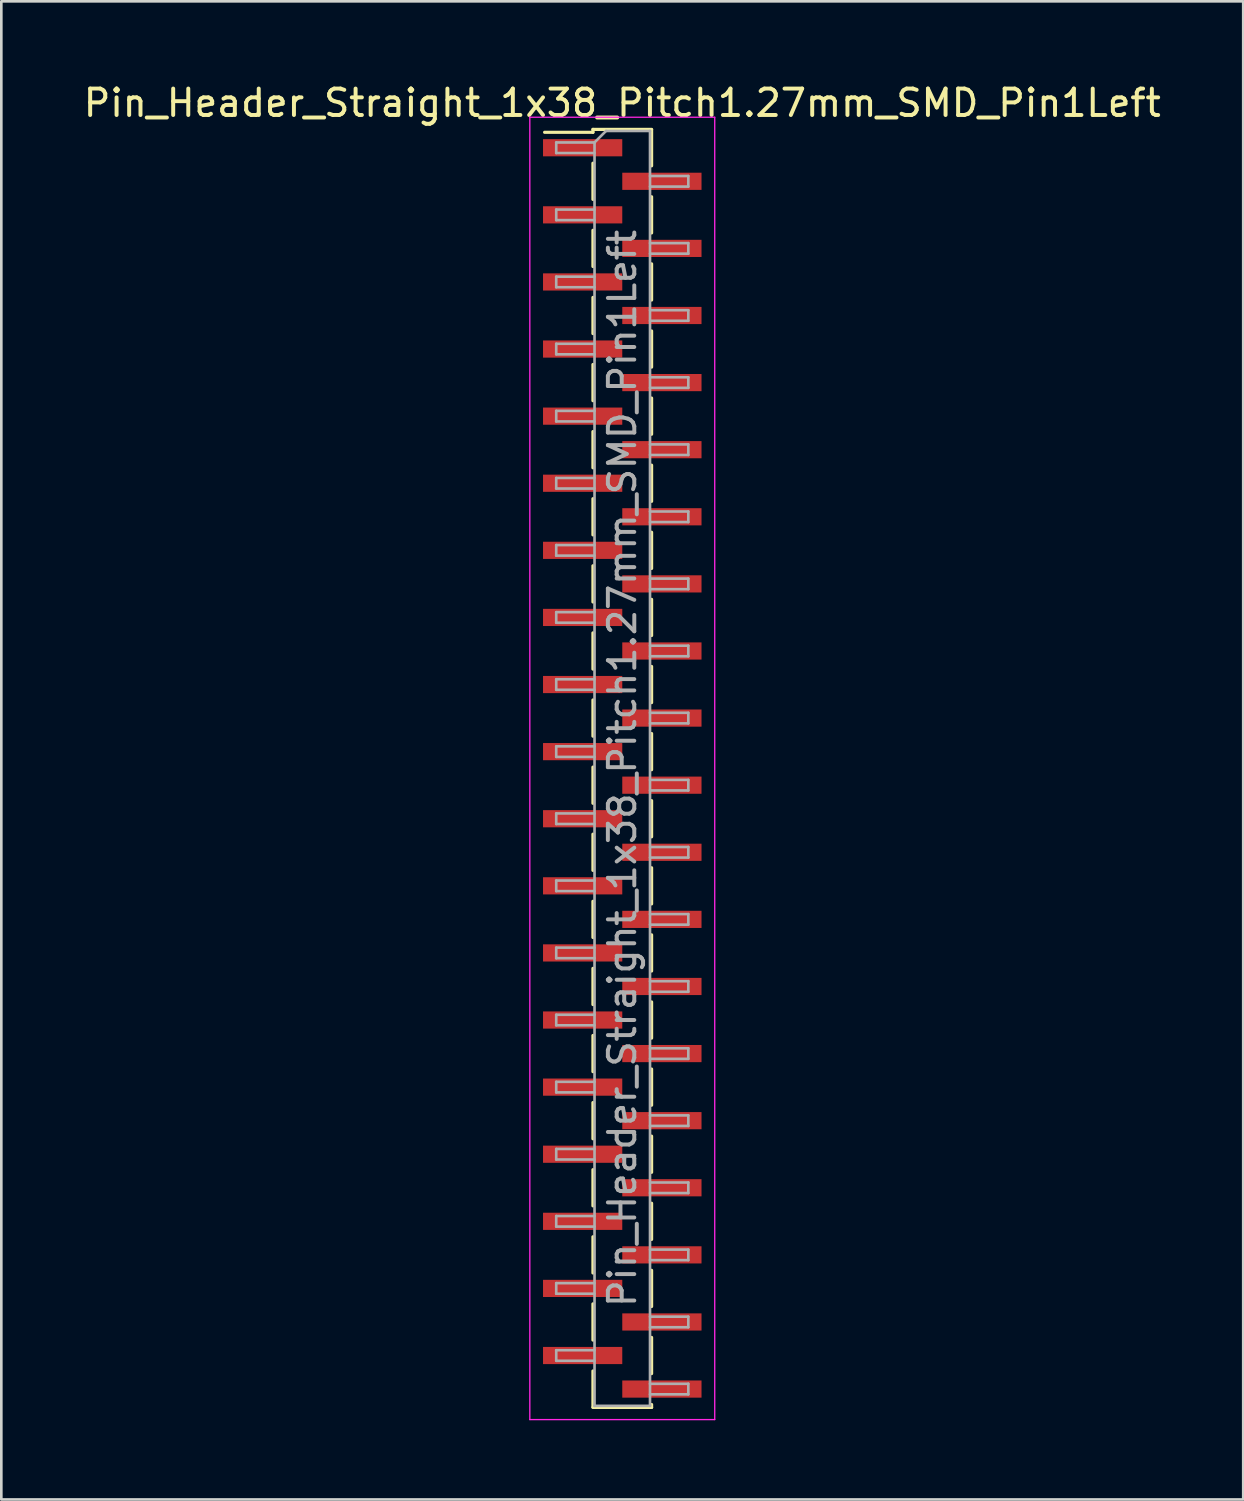
<source format=kicad_pcb>
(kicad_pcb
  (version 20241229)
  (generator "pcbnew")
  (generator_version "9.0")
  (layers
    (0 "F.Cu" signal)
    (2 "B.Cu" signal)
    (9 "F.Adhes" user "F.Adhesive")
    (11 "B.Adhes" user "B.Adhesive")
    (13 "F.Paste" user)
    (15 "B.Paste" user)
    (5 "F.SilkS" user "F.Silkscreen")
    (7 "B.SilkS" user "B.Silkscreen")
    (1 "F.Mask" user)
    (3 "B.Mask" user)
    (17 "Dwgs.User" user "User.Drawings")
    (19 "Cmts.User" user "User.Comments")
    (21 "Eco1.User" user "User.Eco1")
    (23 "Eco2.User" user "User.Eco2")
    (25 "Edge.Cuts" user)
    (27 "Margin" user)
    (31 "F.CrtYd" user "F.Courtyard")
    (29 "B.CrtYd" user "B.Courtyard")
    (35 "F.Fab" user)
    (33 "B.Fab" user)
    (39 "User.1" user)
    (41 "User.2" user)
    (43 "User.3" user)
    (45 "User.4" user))
  (footprint "Pin_Header_Straight_1x38_Pitch1.27mm_SMD_Pin1Left"
    (layer "F.Cu")
    (at 20.506 26.038)
    (property "Reference" "Pin_Header_Straight_1x38_Pitch1.27mm_SMD_Pin1Left" (at 0 -25.19 0) (layer "F.SilkS") (effects (font (size 1 1) (thickness 0.15))))
    (attr smd)
    (fp_line (start -1.11 -24.19) (end -1.11 -24.08) (stroke (width 0.12) (type solid)) (layer "F.SilkS"))
    (fp_line (start -1.11 -24.19) (end 1.11 -24.19) (stroke (width 0.12) (type solid)) (layer "F.SilkS"))
    (fp_line (start -1.11 -24.08) (end -2.94 -24.08) (stroke (width 0.12) (type solid)) (layer "F.SilkS"))
    (fp_line (start -1.11 -22.91) (end -1.11 -21.54) (stroke (width 0.12) (type solid)) (layer "F.SilkS"))
    (fp_line (start -1.11 -20.37) (end -1.11 -19) (stroke (width 0.12) (type solid)) (layer "F.SilkS"))
    (fp_line (start -1.11 -17.83) (end -1.11 -16.46) (stroke (width 0.12) (type solid)) (layer "F.SilkS"))
    (fp_line (start -1.11 -15.29) (end -1.11 -13.92) (stroke (width 0.12) (type solid)) (layer "F.SilkS"))
    (fp_line (start -1.11 -12.75) (end -1.11 -11.38) (stroke (width 0.12) (type solid)) (layer "F.SilkS"))
    (fp_line (start -1.11 -10.21) (end -1.11 -8.84) (stroke (width 0.12) (type solid)) (layer "F.SilkS"))
    (fp_line (start -1.11 -7.67) (end -1.11 -6.3) (stroke (width 0.12) (type solid)) (layer "F.SilkS"))
    (fp_line (start -1.11 -5.13) (end -1.11 -3.76) (stroke (width 0.12) (type solid)) (layer "F.SilkS"))
    (fp_line (start -1.11 -2.59) (end -1.11 -1.22) (stroke (width 0.12) (type solid)) (layer "F.SilkS"))
    (fp_line (start -1.11 -0.05) (end -1.11 1.32) (stroke (width 0.12) (type solid)) (layer "F.SilkS"))
    (fp_line (start -1.11 2.49) (end -1.11 3.86) (stroke (width 0.12) (type solid)) (layer "F.SilkS"))
    (fp_line (start -1.11 5.03) (end -1.11 6.4) (stroke (width 0.12) (type solid)) (layer "F.SilkS"))
    (fp_line (start -1.11 7.57) (end -1.11 8.94) (stroke (width 0.12) (type solid)) (layer "F.SilkS"))
    (fp_line (start -1.11 10.11) (end -1.11 11.48) (stroke (width 0.12) (type solid)) (layer "F.SilkS"))
    (fp_line (start -1.11 12.65) (end -1.11 14.02) (stroke (width 0.12) (type solid)) (layer "F.SilkS"))
    (fp_line (start -1.11 15.19) (end -1.11 16.56) (stroke (width 0.12) (type solid)) (layer "F.SilkS"))
    (fp_line (start -1.11 17.73) (end -1.11 19.1) (stroke (width 0.12) (type solid)) (layer "F.SilkS"))
    (fp_line (start -1.11 20.27) (end -1.11 21.64) (stroke (width 0.12) (type solid)) (layer "F.SilkS"))
    (fp_line (start -1.11 22.81) (end -1.11 24.18) (stroke (width 0.12) (type solid)) (layer "F.SilkS"))
    (fp_line (start -1.11 24.19) (end 1.11 24.19) (stroke (width 0.12) (type solid)) (layer "F.SilkS"))
    (fp_line (start 1.11 -24.18) (end 1.11 -22.81) (stroke (width 0.12) (type solid)) (layer "F.SilkS"))
    (fp_line (start 1.11 -21.64) (end 1.11 -20.27) (stroke (width 0.12) (type solid)) (layer "F.SilkS"))
    (fp_line (start 1.11 -19.1) (end 1.11 -17.73) (stroke (width 0.12) (type solid)) (layer "F.SilkS"))
    (fp_line (start 1.11 -16.56) (end 1.11 -15.19) (stroke (width 0.12) (type solid)) (layer "F.SilkS"))
    (fp_line (start 1.11 -14.02) (end 1.11 -12.65) (stroke (width 0.12) (type solid)) (layer "F.SilkS"))
    (fp_line (start 1.11 -11.48) (end 1.11 -10.11) (stroke (width 0.12) (type solid)) (layer "F.SilkS"))
    (fp_line (start 1.11 -8.94) (end 1.11 -7.57) (stroke (width 0.12) (type solid)) (layer "F.SilkS"))
    (fp_line (start 1.11 -6.4) (end 1.11 -5.03) (stroke (width 0.12) (type solid)) (layer "F.SilkS"))
    (fp_line (start 1.11 -3.86) (end 1.11 -2.49) (stroke (width 0.12) (type solid)) (layer "F.SilkS"))
    (fp_line (start 1.11 -1.32) (end 1.11 0.05) (stroke (width 0.12) (type solid)) (layer "F.SilkS"))
    (fp_line (start 1.11 1.22) (end 1.11 2.59) (stroke (width 0.12) (type solid)) (layer "F.SilkS"))
    (fp_line (start 1.11 3.76) (end 1.11 5.13) (stroke (width 0.12) (type solid)) (layer "F.SilkS"))
    (fp_line (start 1.11 6.3) (end 1.11 7.67) (stroke (width 0.12) (type solid)) (layer "F.SilkS"))
    (fp_line (start 1.11 8.84) (end 1.11 10.21) (stroke (width 0.12) (type solid)) (layer "F.SilkS"))
    (fp_line (start 1.11 11.38) (end 1.11 12.75) (stroke (width 0.12) (type solid)) (layer "F.SilkS"))
    (fp_line (start 1.11 13.92) (end 1.11 15.29) (stroke (width 0.12) (type solid)) (layer "F.SilkS"))
    (fp_line (start 1.11 16.46) (end 1.11 17.83) (stroke (width 0.12) (type solid)) (layer "F.SilkS"))
    (fp_line (start 1.11 19) (end 1.11 20.37) (stroke (width 0.12) (type solid)) (layer "F.SilkS"))
    (fp_line (start 1.11 21.54) (end 1.11 22.91) (stroke (width 0.12) (type solid)) (layer "F.SilkS"))
    (fp_line (start 1.11 24.08) (end 1.11 24.19) (stroke (width 0.12) (type solid)) (layer "F.SilkS"))
    (fp_line (start -3.5 -24.65) (end -3.5 24.65) (stroke (width 0.05) (type solid)) (layer "F.CrtYd"))
    (fp_line (start -3.5 24.65) (end 3.5 24.65) (stroke (width 0.05) (type solid)) (layer "F.CrtYd"))
    (fp_line (start 3.5 -24.65) (end -3.5 -24.65) (stroke (width 0.05) (type solid)) (layer "F.CrtYd"))
    (fp_line (start 3.5 24.65) (end 3.5 -24.65) (stroke (width 0.05) (type solid)) (layer "F.CrtYd"))
    (fp_line (start -2.5 -23.695) (end -2.5 -23.295) (stroke (width 0.1) (type solid)) (layer "F.Fab"))
    (fp_line (start -2.5 -23.295) (end -1.05 -23.295) (stroke (width 0.1) (type solid)) (layer "F.Fab"))
    (fp_line (start -2.5 -21.155) (end -2.5 -20.755) (stroke (width 0.1) (type solid)) (layer "F.Fab"))
    (fp_line (start -2.5 -20.755) (end -1.05 -20.755) (stroke (width 0.1) (type solid)) (layer "F.Fab"))
    (fp_line (start -2.5 -18.615) (end -2.5 -18.215) (stroke (width 0.1) (type solid)) (layer "F.Fab"))
    (fp_line (start -2.5 -18.215) (end -1.05 -18.215) (stroke (width 0.1) (type solid)) (layer "F.Fab"))
    (fp_line (start -2.5 -16.075) (end -2.5 -15.675) (stroke (width 0.1) (type solid)) (layer "F.Fab"))
    (fp_line (start -2.5 -15.675) (end -1.05 -15.675) (stroke (width 0.1) (type solid)) (layer "F.Fab"))
    (fp_line (start -2.5 -13.535) (end -2.5 -13.135) (stroke (width 0.1) (type solid)) (layer "F.Fab"))
    (fp_line (start -2.5 -13.135) (end -1.05 -13.135) (stroke (width 0.1) (type solid)) (layer "F.Fab"))
    (fp_line (start -2.5 -10.995) (end -2.5 -10.595) (stroke (width 0.1) (type solid)) (layer "F.Fab"))
    (fp_line (start -2.5 -10.595) (end -1.05 -10.595) (stroke (width 0.1) (type solid)) (layer "F.Fab"))
    (fp_line (start -2.5 -8.455) (end -2.5 -8.055) (stroke (width 0.1) (type solid)) (layer "F.Fab"))
    (fp_line (start -2.5 -8.055) (end -1.05 -8.055) (stroke (width 0.1) (type solid)) (layer "F.Fab"))
    (fp_line (start -2.5 -5.915) (end -2.5 -5.515) (stroke (width 0.1) (type solid)) (layer "F.Fab"))
    (fp_line (start -2.5 -5.515) (end -1.05 -5.515) (stroke (width 0.1) (type solid)) (layer "F.Fab"))
    (fp_line (start -2.5 -3.375) (end -2.5 -2.975) (stroke (width 0.1) (type solid)) (layer "F.Fab"))
    (fp_line (start -2.5 -2.975) (end -1.05 -2.975) (stroke (width 0.1) (type solid)) (layer "F.Fab"))
    (fp_line (start -2.5 -0.835) (end -2.5 -0.435) (stroke (width 0.1) (type solid)) (layer "F.Fab"))
    (fp_line (start -2.5 -0.435) (end -1.05 -0.435) (stroke (width 0.1) (type solid)) (layer "F.Fab"))
    (fp_line (start -2.5 1.705) (end -2.5 2.105) (stroke (width 0.1) (type solid)) (layer "F.Fab"))
    (fp_line (start -2.5 2.105) (end -1.05 2.105) (stroke (width 0.1) (type solid)) (layer "F.Fab"))
    (fp_line (start -2.5 4.245) (end -2.5 4.645) (stroke (width 0.1) (type solid)) (layer "F.Fab"))
    (fp_line (start -2.5 4.645) (end -1.05 4.645) (stroke (width 0.1) (type solid)) (layer "F.Fab"))
    (fp_line (start -2.5 6.785) (end -2.5 7.185) (stroke (width 0.1) (type solid)) (layer "F.Fab"))
    (fp_line (start -2.5 7.185) (end -1.05 7.185) (stroke (width 0.1) (type solid)) (layer "F.Fab"))
    (fp_line (start -2.5 9.325) (end -2.5 9.725) (stroke (width 0.1) (type solid)) (layer "F.Fab"))
    (fp_line (start -2.5 9.725) (end -1.05 9.725) (stroke (width 0.1) (type solid)) (layer "F.Fab"))
    (fp_line (start -2.5 11.865) (end -2.5 12.265) (stroke (width 0.1) (type solid)) (layer "F.Fab"))
    (fp_line (start -2.5 12.265) (end -1.05 12.265) (stroke (width 0.1) (type solid)) (layer "F.Fab"))
    (fp_line (start -2.5 14.405) (end -2.5 14.805) (stroke (width 0.1) (type solid)) (layer "F.Fab"))
    (fp_line (start -2.5 14.805) (end -1.05 14.805) (stroke (width 0.1) (type solid)) (layer "F.Fab"))
    (fp_line (start -2.5 16.945) (end -2.5 17.345) (stroke (width 0.1) (type solid)) (layer "F.Fab"))
    (fp_line (start -2.5 17.345) (end -1.05 17.345) (stroke (width 0.1) (type solid)) (layer "F.Fab"))
    (fp_line (start -2.5 19.485) (end -2.5 19.885) (stroke (width 0.1) (type solid)) (layer "F.Fab"))
    (fp_line (start -2.5 19.885) (end -1.05 19.885) (stroke (width 0.1) (type solid)) (layer "F.Fab"))
    (fp_line (start -2.5 22.025) (end -2.5 22.425) (stroke (width 0.1) (type solid)) (layer "F.Fab"))
    (fp_line (start -2.5 22.425) (end -1.05 22.425) (stroke (width 0.1) (type solid)) (layer "F.Fab"))
    (fp_line (start -1.05 -23.695) (end -2.5 -23.695) (stroke (width 0.1) (type solid)) (layer "F.Fab"))
    (fp_line (start -1.05 -23.695) (end -0.615 -24.13) (stroke (width 0.1) (type solid)) (layer "F.Fab"))
    (fp_line (start -1.05 -21.155) (end -2.5 -21.155) (stroke (width 0.1) (type solid)) (layer "F.Fab"))
    (fp_line (start -1.05 -18.615) (end -2.5 -18.615) (stroke (width 0.1) (type solid)) (layer "F.Fab"))
    (fp_line (start -1.05 -16.075) (end -2.5 -16.075) (stroke (width 0.1) (type solid)) (layer "F.Fab"))
    (fp_line (start -1.05 -13.535) (end -2.5 -13.535) (stroke (width 0.1) (type solid)) (layer "F.Fab"))
    (fp_line (start -1.05 -10.995) (end -2.5 -10.995) (stroke (width 0.1) (type solid)) (layer "F.Fab"))
    (fp_line (start -1.05 -8.455) (end -2.5 -8.455) (stroke (width 0.1) (type solid)) (layer "F.Fab"))
    (fp_line (start -1.05 -5.915) (end -2.5 -5.915) (stroke (width 0.1) (type solid)) (layer "F.Fab"))
    (fp_line (start -1.05 -3.375) (end -2.5 -3.375) (stroke (width 0.1) (type solid)) (layer "F.Fab"))
    (fp_line (start -1.05 -0.835) (end -2.5 -0.835) (stroke (width 0.1) (type solid)) (layer "F.Fab"))
    (fp_line (start -1.05 1.705) (end -2.5 1.705) (stroke (width 0.1) (type solid)) (layer "F.Fab"))
    (fp_line (start -1.05 4.245) (end -2.5 4.245) (stroke (width 0.1) (type solid)) (layer "F.Fab"))
    (fp_line (start -1.05 6.785) (end -2.5 6.785) (stroke (width 0.1) (type solid)) (layer "F.Fab"))
    (fp_line (start -1.05 9.325) (end -2.5 9.325) (stroke (width 0.1) (type solid)) (layer "F.Fab"))
    (fp_line (start -1.05 11.865) (end -2.5 11.865) (stroke (width 0.1) (type solid)) (layer "F.Fab"))
    (fp_line (start -1.05 14.405) (end -2.5 14.405) (stroke (width 0.1) (type solid)) (layer "F.Fab"))
    (fp_line (start -1.05 16.945) (end -2.5 16.945) (stroke (width 0.1) (type solid)) (layer "F.Fab"))
    (fp_line (start -1.05 19.485) (end -2.5 19.485) (stroke (width 0.1) (type solid)) (layer "F.Fab"))
    (fp_line (start -1.05 22.025) (end -2.5 22.025) (stroke (width 0.1) (type solid)) (layer "F.Fab"))
    (fp_line (start -1.05 24.13) (end -1.05 -23.695) (stroke (width 0.1) (type solid)) (layer "F.Fab"))
    (fp_line (start -0.615 -24.13) (end 1.05 -24.13) (stroke (width 0.1) (type solid)) (layer "F.Fab"))
    (fp_line (start 1.05 -24.13) (end 1.05 24.13) (stroke (width 0.1) (type solid)) (layer "F.Fab"))
    (fp_line (start 1.05 -22.425) (end 2.5 -22.425) (stroke (width 0.1) (type solid)) (layer "F.Fab"))
    (fp_line (start 1.05 -19.885) (end 2.5 -19.885) (stroke (width 0.1) (type solid)) (layer "F.Fab"))
    (fp_line (start 1.05 -17.345) (end 2.5 -17.345) (stroke (width 0.1) (type solid)) (layer "F.Fab"))
    (fp_line (start 1.05 -14.805) (end 2.5 -14.805) (stroke (width 0.1) (type solid)) (layer "F.Fab"))
    (fp_line (start 1.05 -12.265) (end 2.5 -12.265) (stroke (width 0.1) (type solid)) (layer "F.Fab"))
    (fp_line (start 1.05 -9.725) (end 2.5 -9.725) (stroke (width 0.1) (type solid)) (layer "F.Fab"))
    (fp_line (start 1.05 -7.185) (end 2.5 -7.185) (stroke (width 0.1) (type solid)) (layer "F.Fab"))
    (fp_line (start 1.05 -4.645) (end 2.5 -4.645) (stroke (width 0.1) (type solid)) (layer "F.Fab"))
    (fp_line (start 1.05 -2.105) (end 2.5 -2.105) (stroke (width 0.1) (type solid)) (layer "F.Fab"))
    (fp_line (start 1.05 0.435) (end 2.5 0.435) (stroke (width 0.1) (type solid)) (layer "F.Fab"))
    (fp_line (start 1.05 2.975) (end 2.5 2.975) (stroke (width 0.1) (type solid)) (layer "F.Fab"))
    (fp_line (start 1.05 5.515) (end 2.5 5.515) (stroke (width 0.1) (type solid)) (layer "F.Fab"))
    (fp_line (start 1.05 8.055) (end 2.5 8.055) (stroke (width 0.1) (type solid)) (layer "F.Fab"))
    (fp_line (start 1.05 10.595) (end 2.5 10.595) (stroke (width 0.1) (type solid)) (layer "F.Fab"))
    (fp_line (start 1.05 13.135) (end 2.5 13.135) (stroke (width 0.1) (type solid)) (layer "F.Fab"))
    (fp_line (start 1.05 15.675) (end 2.5 15.675) (stroke (width 0.1) (type solid)) (layer "F.Fab"))
    (fp_line (start 1.05 18.215) (end 2.5 18.215) (stroke (width 0.1) (type solid)) (layer "F.Fab"))
    (fp_line (start 1.05 20.755) (end 2.5 20.755) (stroke (width 0.1) (type solid)) (layer "F.Fab"))
    (fp_line (start 1.05 23.295) (end 2.5 23.295) (stroke (width 0.1) (type solid)) (layer "F.Fab"))
    (fp_line (start 1.05 24.13) (end -1.05 24.13) (stroke (width 0.1) (type solid)) (layer "F.Fab"))
    (fp_line (start 2.5 -22.425) (end 2.5 -22.025) (stroke (width 0.1) (type solid)) (layer "F.Fab"))
    (fp_line (start 2.5 -22.025) (end 1.05 -22.025) (stroke (width 0.1) (type solid)) (layer "F.Fab"))
    (fp_line (start 2.5 -19.885) (end 2.5 -19.485) (stroke (width 0.1) (type solid)) (layer "F.Fab"))
    (fp_line (start 2.5 -19.485) (end 1.05 -19.485) (stroke (width 0.1) (type solid)) (layer "F.Fab"))
    (fp_line (start 2.5 -17.345) (end 2.5 -16.945) (stroke (width 0.1) (type solid)) (layer "F.Fab"))
    (fp_line (start 2.5 -16.945) (end 1.05 -16.945) (stroke (width 0.1) (type solid)) (layer "F.Fab"))
    (fp_line (start 2.5 -14.805) (end 2.5 -14.405) (stroke (width 0.1) (type solid)) (layer "F.Fab"))
    (fp_line (start 2.5 -14.405) (end 1.05 -14.405) (stroke (width 0.1) (type solid)) (layer "F.Fab"))
    (fp_line (start 2.5 -12.265) (end 2.5 -11.865) (stroke (width 0.1) (type solid)) (layer "F.Fab"))
    (fp_line (start 2.5 -11.865) (end 1.05 -11.865) (stroke (width 0.1) (type solid)) (layer "F.Fab"))
    (fp_line (start 2.5 -9.725) (end 2.5 -9.325) (stroke (width 0.1) (type solid)) (layer "F.Fab"))
    (fp_line (start 2.5 -9.325) (end 1.05 -9.325) (stroke (width 0.1) (type solid)) (layer "F.Fab"))
    (fp_line (start 2.5 -7.185) (end 2.5 -6.785) (stroke (width 0.1) (type solid)) (layer "F.Fab"))
    (fp_line (start 2.5 -6.785) (end 1.05 -6.785) (stroke (width 0.1) (type solid)) (layer "F.Fab"))
    (fp_line (start 2.5 -4.645) (end 2.5 -4.245) (stroke (width 0.1) (type solid)) (layer "F.Fab"))
    (fp_line (start 2.5 -4.245) (end 1.05 -4.245) (stroke (width 0.1) (type solid)) (layer "F.Fab"))
    (fp_line (start 2.5 -2.105) (end 2.5 -1.705) (stroke (width 0.1) (type solid)) (layer "F.Fab"))
    (fp_line (start 2.5 -1.705) (end 1.05 -1.705) (stroke (width 0.1) (type solid)) (layer "F.Fab"))
    (fp_line (start 2.5 0.435) (end 2.5 0.835) (stroke (width 0.1) (type solid)) (layer "F.Fab"))
    (fp_line (start 2.5 0.835) (end 1.05 0.835) (stroke (width 0.1) (type solid)) (layer "F.Fab"))
    (fp_line (start 2.5 2.975) (end 2.5 3.375) (stroke (width 0.1) (type solid)) (layer "F.Fab"))
    (fp_line (start 2.5 3.375) (end 1.05 3.375) (stroke (width 0.1) (type solid)) (layer "F.Fab"))
    (fp_line (start 2.5 5.515) (end 2.5 5.915) (stroke (width 0.1) (type solid)) (layer "F.Fab"))
    (fp_line (start 2.5 5.915) (end 1.05 5.915) (stroke (width 0.1) (type solid)) (layer "F.Fab"))
    (fp_line (start 2.5 8.055) (end 2.5 8.455) (stroke (width 0.1) (type solid)) (layer "F.Fab"))
    (fp_line (start 2.5 8.455) (end 1.05 8.455) (stroke (width 0.1) (type solid)) (layer "F.Fab"))
    (fp_line (start 2.5 10.595) (end 2.5 10.995) (stroke (width 0.1) (type solid)) (layer "F.Fab"))
    (fp_line (start 2.5 10.995) (end 1.05 10.995) (stroke (width 0.1) (type solid)) (layer "F.Fab"))
    (fp_line (start 2.5 13.135) (end 2.5 13.535) (stroke (width 0.1) (type solid)) (layer "F.Fab"))
    (fp_line (start 2.5 13.535) (end 1.05 13.535) (stroke (width 0.1) (type solid)) (layer "F.Fab"))
    (fp_line (start 2.5 15.675) (end 2.5 16.075) (stroke (width 0.1) (type solid)) (layer "F.Fab"))
    (fp_line (start 2.5 16.075) (end 1.05 16.075) (stroke (width 0.1) (type solid)) (layer "F.Fab"))
    (fp_line (start 2.5 18.215) (end 2.5 18.615) (stroke (width 0.1) (type solid)) (layer "F.Fab"))
    (fp_line (start 2.5 18.615) (end 1.05 18.615) (stroke (width 0.1) (type solid)) (layer "F.Fab"))
    (fp_line (start 2.5 20.755) (end 2.5 21.155) (stroke (width 0.1) (type solid)) (layer "F.Fab"))
    (fp_line (start 2.5 21.155) (end 1.05 21.155) (stroke (width 0.1) (type solid)) (layer "F.Fab"))
    (fp_line (start 2.5 23.295) (end 2.5 23.695) (stroke (width 0.1) (type solid)) (layer "F.Fab"))
    (fp_line (start 2.5 23.695) (end 1.05 23.695) (stroke (width 0.1) (type solid)) (layer "F.Fab"))
    (fp_text user "${REFERENCE}" (at 0 0 90) (layer "F.Fab") (effects (font (size 1 1) (thickness 0.15))))
    (pad "1" smd rect (at -1.5 -23.495) (size 3 0.65) (layers "F.Cu" "F.Mask" "F.Paste"))
    (pad "2" smd rect (at 1.5 -22.225) (size 3 0.65) (layers "F.Cu" "F.Mask" "F.Paste"))
    (pad "3" smd rect (at -1.5 -20.955) (size 3 0.65) (layers "F.Cu" "F.Mask" "F.Paste"))
    (pad "4" smd rect (at 1.5 -19.685) (size 3 0.65) (layers "F.Cu" "F.Mask" "F.Paste"))
    (pad "5" smd rect (at -1.5 -18.415) (size 3 0.65) (layers "F.Cu" "F.Mask" "F.Paste"))
    (pad "6" smd rect (at 1.5 -17.145) (size 3 0.65) (layers "F.Cu" "F.Mask" "F.Paste"))
    (pad "7" smd rect (at -1.5 -15.875) (size 3 0.65) (layers "F.Cu" "F.Mask" "F.Paste"))
    (pad "8" smd rect (at 1.5 -14.605) (size 3 0.65) (layers "F.Cu" "F.Mask" "F.Paste"))
    (pad "9" smd rect (at -1.5 -13.335) (size 3 0.65) (layers "F.Cu" "F.Mask" "F.Paste"))
    (pad "10" smd rect (at 1.5 -12.065) (size 3 0.65) (layers "F.Cu" "F.Mask" "F.Paste"))
    (pad "11" smd rect (at -1.5 -10.795) (size 3 0.65) (layers "F.Cu" "F.Mask" "F.Paste"))
    (pad "12" smd rect (at 1.5 -9.525) (size 3 0.65) (layers "F.Cu" "F.Mask" "F.Paste"))
    (pad "13" smd rect (at -1.5 -8.255) (size 3 0.65) (layers "F.Cu" "F.Mask" "F.Paste"))
    (pad "14" smd rect (at 1.5 -6.985) (size 3 0.65) (layers "F.Cu" "F.Mask" "F.Paste"))
    (pad "15" smd rect (at -1.5 -5.715) (size 3 0.65) (layers "F.Cu" "F.Mask" "F.Paste"))
    (pad "16" smd rect (at 1.5 -4.445) (size 3 0.65) (layers "F.Cu" "F.Mask" "F.Paste"))
    (pad "17" smd rect (at -1.5 -3.175) (size 3 0.65) (layers "F.Cu" "F.Mask" "F.Paste"))
    (pad "18" smd rect (at 1.5 -1.905) (size 3 0.65) (layers "F.Cu" "F.Mask" "F.Paste"))
    (pad "19" smd rect (at -1.5 -0.635) (size 3 0.65) (layers "F.Cu" "F.Mask" "F.Paste"))
    (pad "20" smd rect (at 1.5 0.635) (size 3 0.65) (layers "F.Cu" "F.Mask" "F.Paste"))
    (pad "21" smd rect (at -1.5 1.905) (size 3 0.65) (layers "F.Cu" "F.Mask" "F.Paste"))
    (pad "22" smd rect (at 1.5 3.175) (size 3 0.65) (layers "F.Cu" "F.Mask" "F.Paste"))
    (pad "23" smd rect (at -1.5 4.445) (size 3 0.65) (layers "F.Cu" "F.Mask" "F.Paste"))
    (pad "24" smd rect (at 1.5 5.715) (size 3 0.65) (layers "F.Cu" "F.Mask" "F.Paste"))
    (pad "25" smd rect (at -1.5 6.985) (size 3 0.65) (layers "F.Cu" "F.Mask" "F.Paste"))
    (pad "26" smd rect (at 1.5 8.255) (size 3 0.65) (layers "F.Cu" "F.Mask" "F.Paste"))
    (pad "27" smd rect (at -1.5 9.525) (size 3 0.65) (layers "F.Cu" "F.Mask" "F.Paste"))
    (pad "28" smd rect (at 1.5 10.795) (size 3 0.65) (layers "F.Cu" "F.Mask" "F.Paste"))
    (pad "29" smd rect (at -1.5 12.065) (size 3 0.65) (layers "F.Cu" "F.Mask" "F.Paste"))
    (pad "30" smd rect (at 1.5 13.335) (size 3 0.65) (layers "F.Cu" "F.Mask" "F.Paste"))
    (pad "31" smd rect (at -1.5 14.605) (size 3 0.65) (layers "F.Cu" "F.Mask" "F.Paste"))
    (pad "32" smd rect (at 1.5 15.875) (size 3 0.65) (layers "F.Cu" "F.Mask" "F.Paste"))
    (pad "33" smd rect (at -1.5 17.145) (size 3 0.65) (layers "F.Cu" "F.Mask" "F.Paste"))
    (pad "34" smd rect (at 1.5 18.415) (size 3 0.65) (layers "F.Cu" "F.Mask" "F.Paste"))
    (pad "35" smd rect (at -1.5 19.685) (size 3 0.65) (layers "F.Cu" "F.Mask" "F.Paste"))
    (pad "36" smd rect (at 1.5 20.955) (size 3 0.65) (layers "F.Cu" "F.Mask" "F.Paste"))
    (pad "37" smd rect (at -1.5 22.225) (size 3 0.65) (layers "F.Cu" "F.Mask" "F.Paste"))
    (pad "38" smd rect (at 1.5 23.495) (size 3 0.65) (layers "F.Cu" "F.Mask" "F.Paste")))
  (gr_rect
    (start -3 -3)
    (end 44.012 53.713)
    (stroke (width 0.1) (type default))
    (fill no)
    (layer "Edge.Cuts")))
</source>
